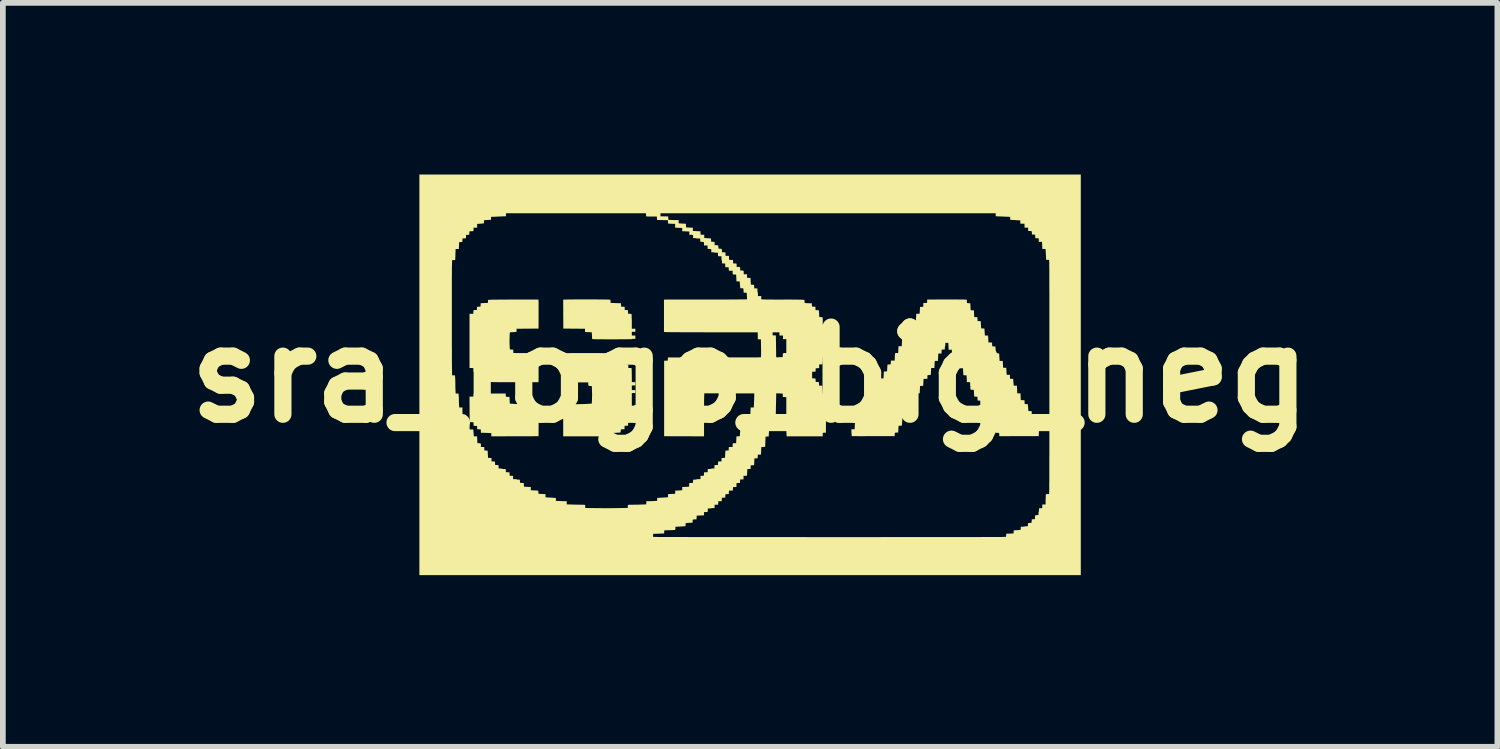
<source format=kicad_pcb>
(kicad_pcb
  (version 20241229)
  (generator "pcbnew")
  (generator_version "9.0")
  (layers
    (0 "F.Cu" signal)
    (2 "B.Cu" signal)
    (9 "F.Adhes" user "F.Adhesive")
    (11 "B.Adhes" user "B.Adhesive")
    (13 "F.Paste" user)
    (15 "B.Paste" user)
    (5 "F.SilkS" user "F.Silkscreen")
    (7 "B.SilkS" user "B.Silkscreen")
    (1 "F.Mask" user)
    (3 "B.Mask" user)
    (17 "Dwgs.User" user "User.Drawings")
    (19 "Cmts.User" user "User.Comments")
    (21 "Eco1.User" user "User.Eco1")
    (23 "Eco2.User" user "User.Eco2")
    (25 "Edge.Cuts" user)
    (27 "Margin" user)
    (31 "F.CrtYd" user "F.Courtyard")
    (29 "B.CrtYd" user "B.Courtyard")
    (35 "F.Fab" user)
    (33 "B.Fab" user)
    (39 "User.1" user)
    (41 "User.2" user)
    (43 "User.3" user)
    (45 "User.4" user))
  (footprint "sra_logo_big_neg"
    (layer "F.Cu")
    (at 10.058 3.5)
    (property "Reference" "sra_logo_big_neg" (at 0 0 0) (layer "F.SilkS") (effects (font (size 1.524 1.524) (thickness 0.3))))
    (attr board_only exclude_from_pos_files exclude_from_bom)
    (fp_poly (pts (xy -4.27 0.354) (xy -4.27 0.368) (xy -4.267 0.378) (xy -4.261 0.383) (xy -4.249 0.385) (xy -4.231 0.385) (xy -4.205 0.385) (xy -4.199 0.503) (xy -4.112 0.509) (xy -4.075 0.511) (xy -4.032 0.512) (xy -3.982 0.513) (xy -3.927 0.513) (xy -3.869 0.513) (xy -3.863 0.513) (xy -3.702 0.511) (xy -3.699 0.542) (xy -3.697 0.573) (xy -3.67 0.574) (xy -3.642 0.576) (xy -3.642 0.628) (xy -3.695 0.628) (xy -3.696 0.851) (xy -3.697 1.073) (xy -4.11 1.074) (xy -4.522 1.075) (xy -4.522 1.019) (xy -4.57 1.016) (xy -4.596 1.015) (xy -4.624 1.014) (xy -4.651 1.013) (xy -4.66 1.013) (xy -4.703 1.013) (xy -4.705 0.983) (xy -4.706 0.954) (xy -4.738 0.952) (xy -4.77 0.951) (xy -4.77 0.894) (xy -4.8 0.893) (xy -4.83 0.892) (xy -4.832 0.861) (xy -4.834 0.83) (xy -4.868 0.827) (xy -4.901 0.825) (xy -4.902 0.603) (xy -4.903 0.381) (xy -4.832 0.381) (xy -4.832 0.327) (xy -4.27 0.327)) (stroke (width 0) (type solid)) (fill yes) (layer "F.SilkS"))
    (fp_poly (pts (xy -2.809 -1.318) (xy -2.758 -1.318) (xy -2.708 -1.318) (xy -2.661 -1.317) (xy -2.618 -1.317) (xy -2.579 -1.317) (xy -2.545 -1.316) (xy -2.517 -1.316) (xy -2.496 -1.315) (xy -2.483 -1.315) (xy -2.482 -1.315) (xy -2.44 -1.312) (xy -2.438 -1.258) (xy -2.391 -1.255) (xy -2.365 -1.254) (xy -2.336 -1.253) (xy -2.309 -1.252) (xy -2.301 -1.252) (xy -2.257 -1.252) (xy -2.256 -1.222) (xy -2.255 -1.193) (xy -2.193 -1.188) (xy -2.191 -1.161) (xy -2.19 -1.133) (xy -2.163 -1.132) (xy -2.135 -1.131) (xy -2.133 -1.1) (xy -2.131 -1.069) (xy -2.102 -1.066) (xy -2.073 -1.064) (xy -2.07 -1.031) (xy -2.07 -1.016) (xy -2.069 -0.995) (xy -2.068 -0.968) (xy -2.067 -0.939) (xy -2.067 -0.908) (xy -2.067 -0.902) (xy -2.067 -0.805) (xy -2.005 -0.805) (xy -2.005 -0.752) (xy -2.067 -0.752) (xy -2.067 -0.686) (xy -2.005 -0.686) (xy -2.005 -0.628) (xy -2.035 -0.628) (xy -2.051 -0.628) (xy -2.063 -0.626) (xy -2.069 -0.624) (xy -2.069 -0.624) (xy -2.073 -0.623) (xy -2.086 -0.623) (xy -2.106 -0.622) (xy -2.132 -0.622) (xy -2.164 -0.621) (xy -2.2 -0.621) (xy -2.24 -0.621) (xy -2.284 -0.621) (xy -2.329 -0.62) (xy -2.376 -0.62) (xy -2.423 -0.62) (xy -2.47 -0.62) (xy -2.516 -0.62) (xy -2.559 -0.621) (xy -2.6 -0.621) (xy -2.637 -0.621) (xy -2.67 -0.621) (xy -2.697 -0.622) (xy -2.718 -0.622) (xy -2.731 -0.623) (xy -2.76 -0.624) (xy -2.763 -0.683) (xy -2.767 -0.743) (xy -2.826 -0.746) (xy -2.885 -0.749) (xy -2.885 -0.805) (xy -3.264 -0.808) (xy -3.265 -1.06) (xy -3.266 -1.313) (xy -3.205 -1.316) (xy -3.188 -1.316) (xy -3.164 -1.317) (xy -3.133 -1.317) (xy -3.096 -1.317) (xy -3.055 -1.318) (xy -3.01 -1.318) (xy -2.962 -1.318) (xy -2.912 -1.318) (xy -2.86 -1.318)) (stroke (width 0) (type solid)) (fill yes) (layer "F.SilkS"))
    (fp_poly (pts (xy -3.862 -1.315) (xy -3.82 -1.315) (xy -3.783 -1.315) (xy -3.751 -1.315) (xy -3.726 -1.315) (xy -3.708 -1.315) (xy -3.698 -1.314) (xy -3.698 -1.31) (xy -3.697 -1.298) (xy -3.697 -1.278) (xy -3.696 -1.252) (xy -3.696 -1.22) (xy -3.696 -1.183) (xy -3.696 -1.142) (xy -3.696 -1.098) (xy -3.696 -1.061) (xy -3.697 -0.808) (xy -4.08 -0.805) (xy -4.081 -0.778) (xy -4.082 -0.75) (xy -4.198 -0.742) (xy -4.201 -0.702) (xy -4.202 -0.674) (xy -4.203 -0.64) (xy -4.204 -0.602) (xy -4.204 -0.563) (xy -4.203 -0.527) (xy -4.201 -0.495) (xy -4.201 -0.486) (xy -4.198 -0.443) (xy -4.169 -0.442) (xy -4.14 -0.44) (xy -4.138 -0.41) (xy -4.137 -0.381) (xy -3.697 -0.378) (xy -3.696 -0.125) (xy -3.696 -0.079) (xy -3.696 -0.035) (xy -3.696 0.005) (xy -3.696 0.041) (xy -3.696 0.072) (xy -3.697 0.097) (xy -3.697 0.115) (xy -3.698 0.126) (xy -3.698 0.128) (xy -3.711 0.129) (xy -3.732 0.129) (xy -3.76 0.129) (xy -3.793 0.129) (xy -3.833 0.129) (xy -3.876 0.129) (xy -3.923 0.13) (xy -3.973 0.13) (xy -4.025 0.13) (xy -4.077 0.13) (xy -4.13 0.129) (xy -4.182 0.129) (xy -4.232 0.129) (xy -4.28 0.129) (xy -4.325 0.129) (xy -4.365 0.129) (xy -4.4 0.129) (xy -4.429 0.128) (xy -4.452 0.128) (xy -4.466 0.128) (xy -4.469 0.128) (xy -4.495 0.127) (xy -4.52 0.126) (xy -4.541 0.125) (xy -4.556 0.125) (xy -4.561 0.125) (xy -4.58 0.124) (xy -4.58 0.072) (xy -4.644 0.069) (xy -4.708 0.065) (xy -4.708 0.009) (xy -4.734 0.009) (xy -4.753 0.009) (xy -4.765 0.007) (xy -4.772 0.002) (xy -4.774 -0.008) (xy -4.775 -0.023) (xy -4.775 -0.025) (xy -4.775 -0.053) (xy -4.832 -0.053) (xy -4.833 -0.085) (xy -4.834 -0.117) (xy -4.869 -0.119) (xy -4.903 -0.12) (xy -4.903 -1.066) (xy -4.837 -1.066) (xy -4.837 -1.094) (xy -4.836 -1.11) (xy -4.834 -1.123) (xy -4.831 -1.128) (xy -4.824 -1.13) (xy -4.811 -1.132) (xy -4.801 -1.133) (xy -4.775 -1.133) (xy -4.774 -1.16) (xy -4.772 -1.188) (xy -4.741 -1.19) (xy -4.711 -1.193) (xy -4.709 -1.222) (xy -4.708 -1.251) (xy -4.644 -1.254) (xy -4.58 -1.258) (xy -4.58 -1.309) (xy -4.528 -1.312) (xy -4.519 -1.313) (xy -4.501 -1.313) (xy -4.477 -1.313) (xy -4.446 -1.313) (xy -4.409 -1.314) (xy -4.368 -1.314) (xy -4.322 -1.314) (xy -4.273 -1.314) (xy -4.222 -1.315) (xy -4.169 -1.315) (xy -4.115 -1.315) (xy -4.062 -1.315) (xy -4.009 -1.315) (xy -3.957 -1.315) (xy -3.908 -1.315)) (stroke (width 0) (type solid)) (fill yes) (layer "F.SilkS"))
    (fp_poly (pts (xy -2.838 -0.38) (xy -2.785 -0.38) (xy -2.733 -0.38) (xy -2.682 -0.38) (xy -2.635 -0.38) (xy -2.591 -0.379) (xy -2.551 -0.379) (xy -2.517 -0.379) (xy -2.489 -0.378) (xy -2.47 -0.378) (xy -2.381 -0.375) (xy -2.381 -0.311) (xy -2.319 -0.308) (xy -2.257 -0.304) (xy -2.257 -0.248) (xy -2.231 -0.248) (xy -2.212 -0.247) (xy -2.2 -0.246) (xy -2.193 -0.241) (xy -2.191 -0.231) (xy -2.19 -0.216) (xy -2.19 -0.214) (xy -2.19 -0.186) (xy -2.162 -0.186) (xy -2.146 -0.185) (xy -2.136 -0.183) (xy -2.131 -0.177) (xy -2.129 -0.166) (xy -2.128 -0.148) (xy -2.128 -0.146) (xy -2.128 -0.119) (xy -2.072 -0.119) (xy -2.069 -0.072) (xy -2.068 -0.051) (xy -2.068 -0.024) (xy -2.067 0.007) (xy -2.067 0.037) (xy -2.067 0.052) (xy -2.067 0.128) (xy -2.005 0.128) (xy -2.005 0.186) (xy -2.067 0.186) (xy -2.067 0.266) (xy -2.005 0.266) (xy -2.005 0.319) (xy -2.067 0.319) (xy -2.067 0.571) (xy -2.005 0.571) (xy -2.005 0.628) (xy -2.067 0.628) (xy -2.067 0.692) (xy -2.067 0.717) (xy -2.068 0.738) (xy -2.069 0.752) (xy -2.071 0.759) (xy -2.071 0.759) (xy -2.073 0.764) (xy -2.075 0.776) (xy -2.075 0.792) (xy -2.075 0.792) (xy -2.075 0.823) (xy -2.103 0.824) (xy -2.131 0.825) (xy -2.133 0.889) (xy -2.163 0.89) (xy -2.193 0.892) (xy -2.194 0.922) (xy -2.195 0.951) (xy -2.221 0.951) (xy -2.24 0.952) (xy -2.252 0.954) (xy -2.258 0.959) (xy -2.261 0.968) (xy -2.261 0.983) (xy -2.261 0.983) (xy -2.262 0.998) (xy -2.263 1.006) (xy -2.267 1.009) (xy -2.269 1.009) (xy -2.276 1.009) (xy -2.29 1.01) (xy -2.309 1.011) (xy -2.333 1.012) (xy -2.36 1.014) (xy -2.443 1.019) (xy -2.443 1.075) (xy -3.266 1.075) (xy -3.266 0.835) (xy -3.266 0.788) (xy -3.266 0.743) (xy -3.265 0.7) (xy -3.265 0.66) (xy -3.265 0.626) (xy -3.264 0.596) (xy -3.264 0.573) (xy -3.263 0.558) (xy -3.263 0.554) (xy -3.26 0.513) (xy -3.091 0.513) (xy -3.05 0.513) (xy -3.007 0.513) (xy -2.965 0.512) (xy -2.926 0.511) (xy -2.891 0.51) (xy -2.863 0.509) (xy -2.845 0.508) (xy -2.767 0.503) (xy -2.764 0.461) (xy -2.763 0.428) (xy -2.762 0.39) (xy -2.761 0.348) (xy -2.762 0.307) (xy -2.763 0.268) (xy -2.764 0.242) (xy -2.767 0.195) (xy -2.79 0.195) (xy -2.808 0.194) (xy -2.82 0.192) (xy -2.825 0.186) (xy -2.827 0.175) (xy -2.828 0.161) (xy -2.828 0.133) (xy -2.86 0.132) (xy -2.873 0.132) (xy -2.893 0.132) (xy -2.919 0.132) (xy -2.949 0.132) (xy -2.983 0.132) (xy -3.017 0.133) (xy -3.018 0.133) (xy -3.054 0.133) (xy -3.091 0.133) (xy -3.127 0.132) (xy -3.16 0.132) (xy -3.187 0.131) (xy -3.205 0.131) (xy -3.266 0.127) (xy -3.266 -0.375) (xy -3.223 -0.378) (xy -3.209 -0.378) (xy -3.188 -0.379) (xy -3.16 -0.379) (xy -3.125 -0.38) (xy -3.085 -0.38) (xy -3.041 -0.38) (xy -2.994 -0.38) (xy -2.943 -0.38) (xy -2.891 -0.38)) (stroke (width 0) (type solid)) (fill yes) (layer "F.SilkS"))
    (fp_poly (pts (xy 3.547 -1.317) (xy 3.588 -1.317) (xy 3.626 -1.317) (xy 3.66 -1.316) (xy 3.688 -1.316) (xy 3.71 -1.316) (xy 3.726 -1.316) (xy 3.731 -1.316) (xy 3.787 -1.313) (xy 3.789 -1.284) (xy 3.79 -1.255) (xy 3.819 -1.252) (xy 3.848 -1.25) (xy 3.855 -1.128) (xy 3.911 -1.128) (xy 3.917 -1.009) (xy 3.972 -1.007) (xy 3.974 -0.974) (xy 3.976 -0.94) (xy 4.003 -0.939) (xy 4.03 -0.938) (xy 4.034 -0.875) (xy 4.038 -0.812) (xy 4.067 -0.81) (xy 4.095 -0.808) (xy 4.099 -0.747) (xy 4.103 -0.686) (xy 4.159 -0.686) (xy 4.162 -0.626) (xy 4.165 -0.567) (xy 4.197 -0.565) (xy 4.228 -0.564) (xy 4.229 -0.54) (xy 4.23 -0.52) (xy 4.232 -0.507) (xy 4.236 -0.5) (xy 4.243 -0.496) (xy 4.254 -0.496) (xy 4.261 -0.496) (xy 4.287 -0.496) (xy 4.291 -0.437) (xy 4.295 -0.378) (xy 4.322 -0.377) (xy 4.339 -0.375) (xy 4.349 -0.373) (xy 4.352 -0.37) (xy 4.353 -0.364) (xy 4.354 -0.351) (xy 4.355 -0.332) (xy 4.356 -0.31) (xy 4.357 -0.304) (xy 4.36 -0.243) (xy 4.415 -0.243) (xy 4.422 -0.124) (xy 4.476 -0.122) (xy 4.48 -0.061) (xy 4.484 0) (xy 4.54 0) (xy 4.541 0.034) (xy 4.542 0.069) (xy 4.597 0.071) (xy 4.6 0.101) (xy 4.601 0.123) (xy 4.604 0.146) (xy 4.605 0.16) (xy 4.607 0.19) (xy 4.663 0.19) (xy 4.666 0.257) (xy 4.669 0.323) (xy 4.725 0.323) (xy 4.728 0.383) (xy 4.731 0.442) (xy 4.763 0.443) (xy 4.795 0.445) (xy 4.797 0.478) (xy 4.799 0.511) (xy 4.826 0.512) (xy 4.854 0.514) (xy 4.856 0.543) (xy 4.858 0.565) (xy 4.86 0.589) (xy 4.861 0.603) (xy 4.864 0.633) (xy 4.92 0.633) (xy 4.923 0.695) (xy 4.926 0.757) (xy 4.983 0.757) (xy 4.983 0.778) (xy 4.983 0.792) (xy 4.984 0.811) (xy 4.985 0.833) (xy 4.986 0.842) (xy 4.988 0.885) (xy 5.042 0.887) (xy 5.046 0.927) (xy 5.047 0.949) (xy 5.047 0.976) (xy 5.047 1.003) (xy 5.046 1.019) (xy 5.044 1.071) (xy 4.73 1.072) (xy 4.677 1.072) (xy 4.626 1.072) (xy 4.578 1.072) (xy 4.534 1.072) (xy 4.493 1.073) (xy 4.458 1.073) (xy 4.429 1.073) (xy 4.407 1.073) (xy 4.392 1.073) (xy 4.386 1.073) (xy 4.356 1.073) (xy 4.352 1.016) (xy 4.323 1.014) (xy 4.293 1.013) (xy 4.29 0.953) (xy 4.287 0.894) (xy 4.261 0.894) (xy 4.247 0.893) (xy 4.237 0.892) (xy 4.233 0.89) (xy 4.232 0.885) (xy 4.231 0.872) (xy 4.23 0.854) (xy 4.228 0.833) (xy 4.228 0.824) (xy 4.225 0.761) (xy 4.16 0.761) (xy 4.159 0.729) (xy 4.157 0.697) (xy 4.129 0.695) (xy 4.1 0.693) (xy 4.092 0.571) (xy 4.037 0.571) (xy 4.03 0.452) (xy 3.976 0.449) (xy 3.974 0.416) (xy 3.972 0.383) (xy 3.944 0.381) (xy 3.917 0.38) (xy 3.913 0.322) (xy 3.91 0.263) (xy 3.882 0.262) (xy 3.865 0.26) (xy 3.855 0.258) (xy 3.852 0.255) (xy 3.851 0.249) (xy 3.85 0.236) (xy 3.849 0.217) (xy 3.848 0.195) (xy 3.847 0.189) (xy 3.844 0.128) (xy 3.789 0.128) (xy 3.783 0.009) (xy 3.728 0.007) (xy 3.72 -0.115) (xy 3.664 -0.115) (xy 3.662 -0.179) (xy 3.598 -0.182) (xy 3.596 -0.214) (xy 3.594 -0.236) (xy 3.592 -0.259) (xy 3.591 -0.275) (xy 3.588 -0.305) (xy 3.532 -0.305) (xy 3.526 -0.438) (xy 3.47 -0.438) (xy 3.467 -0.498) (xy 3.464 -0.558) (xy 3.412 -0.558) (xy 3.412 -0.529) (xy 3.411 -0.514) (xy 3.409 -0.503) (xy 3.407 -0.498) (xy 3.405 -0.492) (xy 3.403 -0.481) (xy 3.403 -0.469) (xy 3.403 -0.443) (xy 3.375 -0.442) (xy 3.348 -0.44) (xy 3.346 -0.406) (xy 3.345 -0.372) (xy 3.289 -0.372) (xy 3.286 -0.308) (xy 3.282 -0.243) (xy 3.227 -0.243) (xy 3.224 -0.181) (xy 3.22 -0.119) (xy 3.165 -0.119) (xy 3.161 -0.059) (xy 3.157 0.002) (xy 3.129 0.004) (xy 3.1 0.007) (xy 3.097 0.071) (xy 3.032 0.071) (xy 3.028 0.132) (xy 3.025 0.192) (xy 2.997 0.194) (xy 2.97 0.195) (xy 2.967 0.259) (xy 2.964 0.323) (xy 2.909 0.323) (xy 2.905 0.384) (xy 2.901 0.445) (xy 2.872 0.447) (xy 2.843 0.449) (xy 2.836 0.566) (xy 2.808 0.567) (xy 2.781 0.569) (xy 2.777 0.635) (xy 2.722 0.638) (xy 2.716 0.757) (xy 2.661 0.757) (xy 2.657 0.822) (xy 2.653 0.887) (xy 2.624 0.889) (xy 2.595 0.892) (xy 2.591 0.95) (xy 2.588 1.009) (xy 2.563 1.009) (xy 2.548 1.01) (xy 2.536 1.012) (xy 2.532 1.014) (xy 2.529 1.021) (xy 2.527 1.034) (xy 2.527 1.045) (xy 2.527 1.071) (xy 2.291 1.071) (xy 2.245 1.071) (xy 2.2 1.071) (xy 2.157 1.071) (xy 2.118 1.071) (xy 2.083 1.072) (xy 2.054 1.072) (xy 2.032 1.072) (xy 2.016 1.072) (xy 2.013 1.072) (xy 1.996 1.073) (xy 1.972 1.073) (xy 1.943 1.073) (xy 1.912 1.073) (xy 1.88 1.072) (xy 1.874 1.072) (xy 1.776 1.071) (xy 1.773 1.03) (xy 1.772 1.01) (xy 1.771 0.99) (xy 1.77 0.974) (xy 1.77 0.971) (xy 1.77 0.951) (xy 1.827 0.951) (xy 1.83 0.889) (xy 1.833 0.827) (xy 1.889 0.827) (xy 1.891 0.793) (xy 1.893 0.771) (xy 1.895 0.748) (xy 1.896 0.729) (xy 1.899 0.7) (xy 1.931 0.698) (xy 1.963 0.697) (xy 1.965 0.664) (xy 1.967 0.631) (xy 1.994 0.629) (xy 2.021 0.628) (xy 2.028 0.509) (xy 2.083 0.509) (xy 2.086 0.447) (xy 2.09 0.385) (xy 2.145 0.385) (xy 2.148 0.353) (xy 2.15 0.331) (xy 2.152 0.307) (xy 2.153 0.291) (xy 2.156 0.261) (xy 2.183 0.26) (xy 2.21 0.259) (xy 2.212 0.222) (xy 2.213 0.186) (xy 2.269 0.186) (xy 2.273 0.125) (xy 2.277 0.064) (xy 2.331 0.062) (xy 2.338 -0.058) (xy 2.393 -0.058) (xy 2.397 -0.118) (xy 2.401 -0.179) (xy 2.429 -0.181) (xy 2.458 -0.184) (xy 2.459 -0.216) (xy 2.461 -0.248) (xy 2.526 -0.248) (xy 2.529 -0.309) (xy 2.53 -0.331) (xy 2.531 -0.351) (xy 2.532 -0.366) (xy 2.533 -0.374) (xy 2.534 -0.375) (xy 2.539 -0.379) (xy 2.553 -0.38) (xy 2.562 -0.381) (xy 2.588 -0.381) (xy 2.591 -0.44) (xy 2.594 -0.5) (xy 2.65 -0.5) (xy 2.653 -0.561) (xy 2.657 -0.622) (xy 2.686 -0.624) (xy 2.715 -0.626) (xy 2.717 -0.69) (xy 2.773 -0.69) (xy 2.777 -0.751) (xy 2.781 -0.812) (xy 2.808 -0.813) (xy 2.835 -0.815) (xy 2.838 -0.858) (xy 2.839 -0.879) (xy 2.84 -0.9) (xy 2.841 -0.917) (xy 2.841 -0.922) (xy 2.841 -0.943) (xy 2.897 -0.943) (xy 2.904 -1.066) (xy 2.933 -1.067) (xy 2.963 -1.069) (xy 2.97 -1.186) (xy 2.997 -1.187) (xy 3.025 -1.188) (xy 3.027 -1.221) (xy 3.029 -1.255) (xy 3.093 -1.257) (xy 3.093 -1.286) (xy 3.094 -1.3) (xy 3.095 -1.311) (xy 3.096 -1.315) (xy 3.103 -1.315) (xy 3.117 -1.315) (xy 3.138 -1.316) (xy 3.165 -1.316) (xy 3.198 -1.316) (xy 3.235 -1.316) (xy 3.276 -1.317) (xy 3.319 -1.317) (xy 3.365 -1.317) (xy 3.411 -1.317) (xy 3.457 -1.317) (xy 3.503 -1.317)) (stroke (width 0) (type solid)) (fill yes) (layer "F.SilkS"))
    (fp_poly (pts (xy 5.779 3.5) (xy -5.779 3.5) (xy -5.779 2.832) (xy -1.695 2.832) (xy -1.663 2.833) (xy -1.655 2.833) (xy -1.64 2.833) (xy -1.615 2.834) (xy -1.583 2.834) (xy -1.543 2.834) (xy -1.496 2.834) (xy -1.442 2.834) (xy -1.38 2.834) (xy -1.312 2.834) (xy -1.238 2.834) (xy -1.158 2.834) (xy -1.072 2.835) (xy -0.98 2.835) (xy -0.883 2.835) (xy -0.781 2.835) (xy -0.675 2.835) (xy -0.564 2.835) (xy -0.45 2.835) (xy -0.331 2.835) (xy -0.209 2.835) (xy -0.084 2.835) (xy 0.045 2.835) (xy 0.176 2.835) (xy 0.309 2.835) (xy 0.445 2.835) (xy 0.582 2.835) (xy 0.721 2.835) (xy 0.861 2.835) (xy 1.002 2.836) (xy 1.144 2.836) (xy 1.286 2.836) (xy 1.428 2.836) (xy 1.571 2.836) (xy 1.712 2.836) (xy 1.854 2.836) (xy 1.994 2.836) (xy 2.133 2.836) (xy 2.27 2.836) (xy 2.406 2.835) (xy 2.539 2.835) (xy 2.67 2.835) (xy 2.799 2.835) (xy 2.924 2.835) (xy 3.046 2.835) (xy 3.165 2.835) (xy 3.28 2.835) (xy 3.391 2.835) (xy 3.498 2.835) (xy 3.6 2.835) (xy 3.697 2.835) (xy 3.789 2.835) (xy 3.875 2.835) (xy 3.956 2.835) (xy 4.03 2.835) (xy 4.099 2.834) (xy 4.16 2.834) (xy 4.215 2.834) (xy 4.263 2.834) (xy 4.303 2.834) (xy 4.336 2.834) (xy 4.36 2.834) (xy 4.377 2.834) (xy 4.384 2.834) (xy 4.473 2.831) (xy 4.475 2.804) (xy 4.476 2.777) (xy 4.54 2.775) (xy 4.604 2.772) (xy 4.606 2.745) (xy 4.607 2.718) (xy 4.661 2.715) (xy 4.687 2.713) (xy 4.706 2.712) (xy 4.718 2.71) (xy 4.725 2.707) (xy 4.729 2.702) (xy 4.73 2.695) (xy 4.73 2.684) (xy 4.73 2.681) (xy 4.73 2.655) (xy 4.761 2.655) (xy 4.777 2.654) (xy 4.789 2.653) (xy 4.795 2.651) (xy 4.795 2.651) (xy 4.8 2.648) (xy 4.812 2.647) (xy 4.826 2.646) (xy 4.854 2.646) (xy 4.855 2.619) (xy 4.857 2.591) (xy 4.888 2.589) (xy 4.918 2.586) (xy 4.921 2.555) (xy 4.923 2.525) (xy 4.951 2.523) (xy 4.978 2.522) (xy 4.978 2.492) (xy 4.979 2.475) (xy 4.981 2.462) (xy 4.984 2.457) (xy 4.991 2.454) (xy 5.003 2.452) (xy 5.015 2.451) (xy 5.04 2.451) (xy 5.04 2.423) (xy 5.041 2.408) (xy 5.042 2.397) (xy 5.045 2.392) (xy 5.047 2.386) (xy 5.048 2.375) (xy 5.049 2.361) (xy 5.049 2.332) (xy 5.077 2.331) (xy 5.104 2.33) (xy 5.106 2.298) (xy 5.107 2.266) (xy 5.164 2.266) (xy 5.164 2.225) (xy 5.164 2.202) (xy 5.165 2.175) (xy 5.166 2.147) (xy 5.167 2.134) (xy 5.17 2.084) (xy 5.225 2.084) (xy 5.228 1.991) (xy 5.228 1.979) (xy 5.228 1.959) (xy 5.228 1.931) (xy 5.228 1.895) (xy 5.229 1.852) (xy 5.229 1.802) (xy 5.229 1.746) (xy 5.229 1.683) (xy 5.229 1.614) (xy 5.229 1.54) (xy 5.229 1.46) (xy 5.23 1.376) (xy 5.23 1.287) (xy 5.23 1.194) (xy 5.23 1.097) (xy 5.23 0.997) (xy 5.23 0.893) (xy 5.23 0.787) (xy 5.23 0.679) (xy 5.23 0.568) (xy 5.23 0.456) (xy 5.23 0.342) (xy 5.23 0.227) (xy 5.23 0.112) (xy 5.23 -0.003) (xy 5.23 -0.119) (xy 5.23 -0.234) (xy 5.23 -0.348) (xy 5.23 -0.461) (xy 5.23 -0.573) (xy 5.23 -0.683) (xy 5.23 -0.791) (xy 5.23 -0.896) (xy 5.23 -0.998) (xy 5.23 -1.097) (xy 5.23 -1.192) (xy 5.23 -1.284) (xy 5.23 -1.371) (xy 5.23 -1.454) (xy 5.229 -1.531) (xy 5.229 -1.604) (xy 5.229 -1.67) (xy 5.229 -1.731) (xy 5.229 -1.785) (xy 5.229 -1.832) (xy 5.228 -1.872) (xy 5.228 -1.905) (xy 5.228 -1.93) (xy 5.228 -1.947) (xy 5.228 -1.955) (xy 5.225 -2.009) (xy 5.174 -2.009) (xy 5.169 -2.104) (xy 5.163 -2.199) (xy 5.108 -2.199) (xy 5.104 -2.261) (xy 5.101 -2.323) (xy 5.045 -2.323) (xy 5.045 -2.385) (xy 5.015 -2.386) (xy 4.985 -2.387) (xy 4.983 -2.418) (xy 4.98 -2.449) (xy 4.953 -2.451) (xy 4.925 -2.452) (xy 4.925 -2.477) (xy 4.924 -2.492) (xy 4.922 -2.504) (xy 4.92 -2.508) (xy 4.913 -2.511) (xy 4.899 -2.513) (xy 4.887 -2.513) (xy 4.859 -2.513) (xy 4.859 -2.571) (xy 4.797 -2.571) (xy 4.796 -2.605) (xy 4.795 -2.64) (xy 4.758 -2.641) (xy 4.722 -2.642) (xy 4.722 -2.698) (xy 4.643 -2.703) (xy 4.617 -2.705) (xy 4.593 -2.706) (xy 4.574 -2.707) (xy 4.56 -2.708) (xy 4.555 -2.708) (xy 4.549 -2.709) (xy 4.546 -2.713) (xy 4.545 -2.721) (xy 4.545 -2.734) (xy 4.545 -2.76) (xy 4.484 -2.763) (xy 4.455 -2.764) (xy 4.421 -2.766) (xy 4.387 -2.767) (xy 4.358 -2.768) (xy 4.292 -2.771) (xy 4.292 -2.823) (xy -1.566 -2.823) (xy -1.566 -2.77) (xy -1.499 -2.769) (xy -1.432 -2.768) (xy -1.43 -2.739) (xy -1.429 -2.709) (xy -1.382 -2.707) (xy -1.356 -2.705) (xy -1.327 -2.704) (xy -1.3 -2.704) (xy -1.291 -2.704) (xy -1.248 -2.704) (xy -1.248 -2.647) (xy -1.185 -2.643) (xy -1.122 -2.64) (xy -1.12 -2.608) (xy -1.119 -2.576) (xy -1.06 -2.573) (xy -1 -2.57) (xy -1 -2.514) (xy -0.934 -2.511) (xy -0.868 -2.508) (xy -0.865 -2.449) (xy -0.833 -2.448) (xy -0.801 -2.447) (xy -0.801 -2.391) (xy -0.742 -2.387) (xy -0.684 -2.383) (xy -0.681 -2.354) (xy -0.679 -2.325) (xy -0.649 -2.324) (xy -0.62 -2.323) (xy -0.62 -2.266) (xy -0.592 -2.266) (xy -0.576 -2.265) (xy -0.563 -2.263) (xy -0.558 -2.26) (xy -0.556 -2.253) (xy -0.554 -2.24) (xy -0.553 -2.229) (xy -0.553 -2.204) (xy -0.527 -2.204) (xy -0.513 -2.203) (xy -0.501 -2.201) (xy -0.496 -2.198) (xy -0.494 -2.191) (xy -0.492 -2.179) (xy -0.491 -2.168) (xy -0.491 -2.142) (xy -0.461 -2.141) (xy -0.431 -2.14) (xy -0.43 -2.11) (xy -0.429 -2.08) (xy -0.399 -2.079) (xy -0.369 -2.078) (xy -0.368 -2.043) (xy -0.367 -2.009) (xy -0.333 -2.008) (xy -0.299 -2.007) (xy -0.296 -1.947) (xy -0.266 -1.946) (xy -0.237 -1.945) (xy -0.235 -1.915) (xy -0.234 -1.885) (xy -0.206 -1.885) (xy -0.19 -1.885) (xy -0.18 -1.882) (xy -0.175 -1.876) (xy -0.173 -1.864) (xy -0.173 -1.847) (xy -0.173 -1.823) (xy -0.147 -1.823) (xy -0.132 -1.822) (xy -0.12 -1.82) (xy -0.116 -1.818) (xy -0.113 -1.811) (xy -0.111 -1.797) (xy -0.111 -1.785) (xy -0.111 -1.757) (xy -0.053 -1.757) (xy -0.053 -1.695) (xy -0.023 -1.694) (xy 0.007 -1.693) (xy 0.014 -1.576) (xy 0.042 -1.574) (xy 0.069 -1.573) (xy 0.071 -1.542) (xy 0.073 -1.511) (xy 0.101 -1.51) (xy 0.128 -1.509) (xy 0.128 -1.476) (xy 0.129 -1.46) (xy 0.13 -1.447) (xy 0.132 -1.441) (xy 0.133 -1.44) (xy 0.135 -1.435) (xy 0.137 -1.423) (xy 0.137 -1.407) (xy 0.137 -1.407) (xy 0.137 -1.376) (xy 0.195 -1.376) (xy 0.195 -1.32) (xy 0.253 -1.317) (xy 0.268 -1.316) (xy 0.291 -1.316) (xy 0.321 -1.315) (xy 0.356 -1.315) (xy 0.397 -1.315) (xy 0.441 -1.314) (xy 0.489 -1.314) (xy 0.538 -1.314) (xy 0.584 -1.315) (xy 0.634 -1.315) (xy 0.682 -1.315) (xy 0.728 -1.315) (xy 0.771 -1.314) (xy 0.81 -1.314) (xy 0.844 -1.314) (xy 0.871 -1.313) (xy 0.892 -1.313) (xy 0.904 -1.312) (xy 0.951 -1.309) (xy 0.951 -1.283) (xy 0.951 -1.272) (xy 0.952 -1.264) (xy 0.956 -1.258) (xy 0.963 -1.255) (xy 0.974 -1.253) (xy 0.991 -1.252) (xy 1.016 -1.251) (xy 1.024 -1.251) (xy 1.078 -1.25) (xy 1.08 -1.221) (xy 1.082 -1.193) (xy 1.112 -1.191) (xy 1.141 -1.19) (xy 1.144 -1.131) (xy 1.173 -1.129) (xy 1.203 -1.128) (xy 1.206 -1.068) (xy 1.209 -1.009) (xy 1.237 -1.009) (xy 1.253 -1.008) (xy 1.263 -1.006) (xy 1.267 -1.002) (xy 1.267 -1.002) (xy 1.268 -0.995) (xy 1.269 -0.981) (xy 1.27 -0.962) (xy 1.27 -0.94) (xy 1.27 -0.936) (xy 1.27 -0.877) (xy 1.298 -0.875) (xy 1.325 -0.874) (xy 1.326 -0.646) (xy 1.326 -0.6) (xy 1.326 -0.555) (xy 1.325 -0.511) (xy 1.325 -0.471) (xy 1.325 -0.436) (xy 1.325 -0.405) (xy 1.324 -0.381) (xy 1.324 -0.365) (xy 1.324 -0.364) (xy 1.322 -0.31) (xy 1.271 -0.31) (xy 1.267 -0.247) (xy 1.263 -0.184) (xy 1.236 -0.182) (xy 1.208 -0.181) (xy 1.208 -0.155) (xy 1.208 -0.136) (xy 1.206 -0.124) (xy 1.201 -0.118) (xy 1.191 -0.116) (xy 1.176 -0.115) (xy 1.147 -0.115) (xy 1.145 -0.085) (xy 1.144 -0.055) (xy 1.114 -0.054) (xy 1.084 -0.053) (xy 1.084 0.062) (xy 1.11 0.062) (xy 1.125 0.063) (xy 1.136 0.065) (xy 1.141 0.067) (xy 1.144 0.074) (xy 1.146 0.087) (xy 1.146 0.098) (xy 1.146 0.123) (xy 1.174 0.125) (xy 1.201 0.126) (xy 1.206 0.188) (xy 1.233 0.189) (xy 1.26 0.191) (xy 1.263 0.225) (xy 1.265 0.248) (xy 1.267 0.274) (xy 1.268 0.293) (xy 1.271 0.327) (xy 1.322 0.327) (xy 1.324 0.382) (xy 1.325 0.396) (xy 1.325 0.418) (xy 1.325 0.447) (xy 1.326 0.482) (xy 1.326 0.522) (xy 1.326 0.566) (xy 1.326 0.614) (xy 1.326 0.663) (xy 1.326 0.715) (xy 1.326 0.724) (xy 1.325 1.011) (xy 1.298 1.012) (xy 1.27 1.014) (xy 1.27 1.075) (xy 0.639 1.075) (xy 0.636 1.028) (xy 0.635 1.016) (xy 0.635 0.995) (xy 0.634 0.967) (xy 0.634 0.933) (xy 0.634 0.894) (xy 0.633 0.851) (xy 0.633 0.804) (xy 0.633 0.754) (xy 0.633 0.702) (xy 0.633 0.685) (xy 0.633 0.39) (xy 0.603 0.389) (xy 0.573 0.387) (xy 0.572 0.357) (xy 0.57 0.327) (xy 0.554 0.327) (xy 0.541 0.327) (xy 0.524 0.326) (xy 0.503 0.325) (xy 0.497 0.325) (xy 0.457 0.322) (xy 0.449 0.693) (xy 0.422 0.694) (xy 0.395 0.695) (xy 0.392 0.742) (xy 0.391 0.767) (xy 0.39 0.794) (xy 0.389 0.819) (xy 0.389 0.828) (xy 0.389 0.851) (xy 0.388 0.878) (xy 0.387 0.904) (xy 0.387 0.906) (xy 0.384 0.947) (xy 0.333 0.947) (xy 0.325 1.078) (xy 0.298 1.079) (xy 0.27 1.08) (xy 0.269 1.103) (xy 0.269 1.116) (xy 0.268 1.135) (xy 0.267 1.159) (xy 0.266 1.184) (xy 0.266 1.193) (xy 0.263 1.259) (xy 0.23 1.261) (xy 0.197 1.263) (xy 0.193 1.328) (xy 0.189 1.394) (xy 0.162 1.395) (xy 0.135 1.396) (xy 0.132 1.46) (xy 0.076 1.46) (xy 0.073 1.52) (xy 0.07 1.579) (xy 0.04 1.581) (xy 0.011 1.582) (xy 0.008 1.646) (xy -0.047 1.646) (xy -0.051 1.705) (xy -0.055 1.763) (xy -0.085 1.765) (xy -0.115 1.766) (xy -0.115 1.827) (xy -0.145 1.828) (xy -0.175 1.83) (xy -0.176 1.859) (xy -0.177 1.889) (xy -0.207 1.89) (xy -0.237 1.892) (xy -0.238 1.926) (xy -0.239 1.96) (xy -0.269 1.961) (xy -0.299 1.963) (xy -0.3 1.992) (xy -0.301 2.022) (xy -0.335 2.023) (xy -0.369 2.024) (xy -0.371 2.054) (xy -0.372 2.084) (xy -0.431 2.086) (xy -0.433 2.116) (xy -0.434 2.146) (xy -0.464 2.147) (xy -0.493 2.148) (xy -0.496 2.208) (xy -0.526 2.209) (xy -0.555 2.21) (xy -0.557 2.24) (xy -0.558 2.27) (xy -0.62 2.27) (xy -0.62 2.328) (xy -0.648 2.328) (xy -0.663 2.328) (xy -0.674 2.33) (xy -0.679 2.332) (xy -0.685 2.334) (xy -0.697 2.336) (xy -0.71 2.336) (xy -0.739 2.336) (xy -0.739 2.365) (xy -0.739 2.381) (xy -0.742 2.391) (xy -0.748 2.396) (xy -0.759 2.398) (xy -0.777 2.398) (xy -0.779 2.398) (xy -0.805 2.398) (xy -0.805 2.455) (xy -0.869 2.458) (xy -0.933 2.461) (xy -0.935 2.493) (xy -0.936 2.525) (xy -0.96 2.526) (xy -0.98 2.527) (xy -0.993 2.529) (xy -1 2.532) (xy -1.004 2.539) (xy -1.004 2.55) (xy -1.004 2.557) (xy -1.004 2.583) (xy -1.059 2.586) (xy -1.085 2.588) (xy -1.104 2.589) (xy -1.116 2.591) (xy -1.123 2.594) (xy -1.127 2.599) (xy -1.128 2.606) (xy -1.128 2.616) (xy -1.128 2.619) (xy -1.128 2.645) (xy -1.203 2.65) (xy -1.228 2.652) (xy -1.252 2.653) (xy -1.272 2.654) (xy -1.286 2.655) (xy -1.291 2.655) (xy -1.305 2.655) (xy -1.305 2.681) (xy -1.306 2.696) (xy -1.308 2.706) (xy -1.309 2.71) (xy -1.315 2.711) (xy -1.328 2.712) (xy -1.347 2.713) (xy -1.371 2.714) (xy -1.398 2.715) (xy -1.407 2.715) (xy -1.5 2.718) (xy -1.501 2.745) (xy -1.502 2.772) (xy -1.573 2.775) (xy -1.6 2.776) (xy -1.625 2.777) (xy -1.647 2.778) (xy -1.664 2.778) (xy -1.669 2.778) (xy -1.695 2.779) (xy -1.695 2.832) (xy -5.779 2.832) (xy -5.779 -1.138) (xy -5.212 -1.138) (xy -5.212 -1.058) (xy -5.212 -0.978) (xy -5.212 -0.897) (xy -5.212 -0.818) (xy -5.212 -0.739) (xy -5.212 -0.663) (xy -5.212 -0.589) (xy -5.212 -0.518) (xy -5.211 -0.45) (xy -5.211 -0.387) (xy -5.211 -0.328) (xy -5.211 -0.275) (xy -5.211 -0.227) (xy -5.21 -0.186) (xy -5.21 -0.151) (xy -5.21 -0.125) (xy -5.209 -0.114) (xy -5.207 0.009) (xy -5.157 0.009) (xy -5.154 0.052) (xy -5.153 0.073) (xy -5.152 0.1) (xy -5.151 0.129) (xy -5.151 0.157) (xy -5.151 0.162) (xy -5.151 0.19) (xy -5.15 0.221) (xy -5.149 0.251) (xy -5.148 0.275) (xy -5.148 0.278) (xy -5.145 0.327) (xy -5.095 0.327) (xy -5.092 0.368) (xy -5.09 0.392) (xy -5.089 0.417) (xy -5.089 0.439) (xy -5.089 0.443) (xy -5.089 0.462) (xy -5.088 0.487) (xy -5.087 0.512) (xy -5.086 0.524) (xy -5.083 0.571) (xy -5.027 0.571) (xy -5.027 0.628) (xy -5.027 0.65) (xy -5.026 0.669) (xy -5.025 0.684) (xy -5.024 0.692) (xy -5.024 0.692) (xy -5.02 0.696) (xy -5.01 0.699) (xy -4.996 0.699) (xy -4.971 0.699) (xy -4.968 0.742) (xy -4.966 0.766) (xy -4.965 0.795) (xy -4.963 0.823) (xy -4.962 0.835) (xy -4.959 0.885) (xy -4.903 0.885) (xy -4.902 0.919) (xy -4.901 0.954) (xy -4.869 0.955) (xy -4.837 0.956) (xy -4.835 0.986) (xy -4.833 1.008) (xy -4.831 1.031) (xy -4.83 1.045) (xy -4.827 1.075) (xy -4.771 1.075) (xy -4.768 1.135) (xy -4.765 1.195) (xy -4.74 1.195) (xy -4.725 1.196) (xy -4.714 1.198) (xy -4.709 1.2) (xy -4.706 1.207) (xy -4.704 1.221) (xy -4.704 1.233) (xy -4.704 1.261) (xy -4.647 1.261) (xy -4.645 1.291) (xy -4.644 1.321) (xy -4.615 1.323) (xy -4.587 1.325) (xy -4.583 1.388) (xy -4.579 1.451) (xy -4.55 1.452) (xy -4.52 1.454) (xy -4.519 1.483) (xy -4.518 1.513) (xy -4.488 1.514) (xy -4.458 1.516) (xy -4.457 1.545) (xy -4.456 1.575) (xy -4.426 1.576) (xy -4.396 1.578) (xy -4.395 1.607) (xy -4.394 1.637) (xy -4.365 1.637) (xy -4.35 1.638) (xy -4.339 1.64) (xy -4.334 1.642) (xy -4.329 1.644) (xy -4.317 1.646) (xy -4.301 1.646) (xy -4.271 1.646) (xy -4.269 1.674) (xy -4.268 1.701) (xy -4.236 1.703) (xy -4.204 1.704) (xy -4.203 1.734) (xy -4.202 1.763) (xy -4.172 1.765) (xy -4.142 1.766) (xy -4.142 1.823) (xy -4.111 1.823) (xy -4.095 1.824) (xy -4.083 1.825) (xy -4.078 1.827) (xy -4.078 1.828) (xy -4.072 1.83) (xy -4.061 1.832) (xy -4.049 1.832) (xy -4.023 1.832) (xy -4.022 1.86) (xy -4.02 1.887) (xy -3.987 1.89) (xy -3.954 1.892) (xy -3.953 1.923) (xy -3.951 1.955) (xy -3.892 1.958) (xy -3.832 1.961) (xy -3.832 2.017) (xy -3.771 2.02) (xy -3.749 2.021) (xy -3.729 2.022) (xy -3.714 2.023) (xy -3.706 2.024) (xy -3.705 2.025) (xy -3.701 2.03) (xy -3.7 2.044) (xy -3.699 2.053) (xy -3.699 2.079) (xy -3.637 2.082) (xy -3.575 2.085) (xy -3.575 2.14) (xy -3.493 2.145) (xy -3.466 2.147) (xy -3.442 2.149) (xy -3.422 2.15) (xy -3.408 2.15) (xy -3.402 2.151) (xy -3.397 2.152) (xy -3.395 2.157) (xy -3.394 2.169) (xy -3.394 2.176) (xy -3.394 2.202) (xy -3.344 2.205) (xy -3.318 2.206) (xy -3.288 2.207) (xy -3.26 2.208) (xy -3.249 2.208) (xy -3.204 2.208) (xy -3.204 2.264) (xy -3.108 2.267) (xy -3.074 2.268) (xy -3.04 2.269) (xy -3.007 2.269) (xy -2.977 2.27) (xy -2.954 2.27) (xy -2.953 2.27) (xy -2.931 2.27) (xy -2.911 2.271) (xy -2.896 2.272) (xy -2.888 2.273) (xy -2.888 2.273) (xy -2.884 2.277) (xy -2.881 2.286) (xy -2.881 2.301) (xy -2.881 2.327) (xy -2.758 2.329) (xy -2.721 2.329) (xy -2.684 2.33) (xy -2.647 2.33) (xy -2.614 2.33) (xy -2.585 2.331) (xy -2.569 2.331) (xy -2.549 2.331) (xy -2.522 2.331) (xy -2.489 2.331) (xy -2.452 2.331) (xy -2.411 2.33) (xy -2.369 2.33) (xy -2.326 2.329) (xy -2.32 2.329) (xy -2.137 2.326) (xy -2.137 2.301) (xy -2.137 2.285) (xy -2.134 2.276) (xy -2.13 2.273) (xy -2.124 2.272) (xy -2.11 2.271) (xy -2.091 2.27) (xy -2.068 2.27) (xy -2.058 2.27) (xy -2.032 2.27) (xy -2 2.269) (xy -1.965 2.269) (xy -1.93 2.268) (xy -1.904 2.267) (xy -1.814 2.264) (xy -1.814 2.208) (xy -1.769 2.208) (xy -1.744 2.208) (xy -1.715 2.207) (xy -1.686 2.206) (xy -1.674 2.205) (xy -1.624 2.202) (xy -1.624 2.152) (xy -1.585 2.149) (xy -1.565 2.148) (xy -1.539 2.146) (xy -1.511 2.145) (xy -1.49 2.143) (xy -1.434 2.14) (xy -1.434 2.085) (xy -1.372 2.082) (xy -1.31 2.079) (xy -1.309 2.052) (xy -1.308 2.024) (xy -1.247 2.021) (xy -1.186 2.017) (xy -1.186 1.961) (xy -1.126 1.958) (xy -1.067 1.955) (xy -1.066 1.923) (xy -1.064 1.892) (xy -1.031 1.89) (xy -0.998 1.887) (xy -0.997 1.86) (xy -0.995 1.832) (xy -0.969 1.832) (xy -0.955 1.831) (xy -0.944 1.829) (xy -0.94 1.828) (xy -0.935 1.825) (xy -0.923 1.824) (xy -0.907 1.823) (xy -0.902 1.823) (xy -0.867 1.823) (xy -0.867 1.766) (xy -0.837 1.765) (xy -0.808 1.763) (xy -0.806 1.734) (xy -0.805 1.704) (xy -0.773 1.703) (xy -0.741 1.701) (xy -0.74 1.674) (xy -0.739 1.646) (xy -0.712 1.646) (xy -0.698 1.645) (xy -0.687 1.644) (xy -0.684 1.642) (xy -0.678 1.639) (xy -0.666 1.638) (xy -0.653 1.637) (xy -0.624 1.637) (xy -0.623 1.607) (xy -0.622 1.578) (xy -0.592 1.576) (xy -0.562 1.575) (xy -0.561 1.545) (xy -0.56 1.516) (xy -0.53 1.514) (xy -0.5 1.513) (xy -0.499 1.483) (xy -0.498 1.454) (xy -0.468 1.452) (xy -0.439 1.451) (xy -0.435 1.388) (xy -0.431 1.325) (xy -0.403 1.323) (xy -0.374 1.321) (xy -0.373 1.291) (xy -0.371 1.261) (xy -0.305 1.261) (xy -0.305 1.235) (xy -0.305 1.216) (xy -0.303 1.204) (xy -0.298 1.198) (xy -0.289 1.195) (xy -0.274 1.195) (xy -0.272 1.195) (xy -0.244 1.195) (xy -0.241 1.135) (xy -0.238 1.076) (xy -0.209 1.074) (xy -0.179 1.073) (xy -0.172 0.956) (xy -0.144 0.955) (xy -0.117 0.954) (xy -0.115 0.92) (xy -0.113 0.887) (xy -0.086 0.886) (xy -0.058 0.885) (xy -0.052 0.752) (xy 0.004 0.752) (xy 0.004 0.711) (xy 0.005 0.688) (xy 0.006 0.661) (xy 0.007 0.634) (xy 0.007 0.621) (xy 0.01 0.571) (xy 0.065 0.571) (xy 0.068 0.501) (xy 0.069 0.471) (xy 0.071 0.44) (xy 0.071 0.409) (xy 0.072 0.383) (xy 0.072 0.378) (xy 0.073 0.325) (xy -0.363 0.324) (xy -0.8 0.323) (xy -0.802 0.379) (xy -0.803 0.394) (xy -0.803 0.416) (xy -0.804 0.446) (xy -0.804 0.481) (xy -0.804 0.521) (xy -0.805 0.566) (xy -0.805 0.614) (xy -0.805 0.664) (xy -0.805 0.715) (xy -0.805 0.724) (xy -0.805 0.774) (xy -0.805 0.823) (xy -0.805 0.869) (xy -0.805 0.912) (xy -0.805 0.95) (xy -0.805 0.983) (xy -0.805 1.01) (xy -0.805 1.029) (xy -0.805 1.042) (xy -0.805 1.043) (xy -0.805 1.075) (xy -1.154 1.074) (xy -1.502 1.073) (xy -1.502 -0.246) (xy -1.47 -0.247) (xy -1.439 -0.248) (xy -1.437 -0.276) (xy -1.436 -0.303) (xy -0.623 -0.304) (xy 0.189 -0.305) (xy 0.191 -0.348) (xy 0.192 -0.365) (xy 0.192 -0.389) (xy 0.192 -0.418) (xy 0.192 -0.45) (xy 0.191 -0.484) (xy 0.191 -0.505) (xy 0.189 -0.619) (xy 0.162 -0.62) (xy 0.135 -0.622) (xy 0.134 -0.69) (xy 0.394 -0.69) (xy 0.421 -0.69) (xy 0.438 -0.689) (xy 0.448 -0.687) (xy 0.449 -0.685) (xy 0.45 -0.679) (xy 0.45 -0.666) (xy 0.451 -0.646) (xy 0.451 -0.619) (xy 0.452 -0.588) (xy 0.453 -0.554) (xy 0.453 -0.516) (xy 0.453 -0.507) (xy 0.454 -0.468) (xy 0.454 -0.431) (xy 0.455 -0.398) (xy 0.455 -0.37) (xy 0.455 -0.346) (xy 0.455 -0.33) (xy 0.456 -0.32) (xy 0.456 -0.32) (xy 0.456 -0.314) (xy 0.457 -0.309) (xy 0.461 -0.307) (xy 0.468 -0.306) (xy 0.48 -0.305) (xy 0.498 -0.306) (xy 0.523 -0.308) (xy 0.528 -0.308) (xy 0.571 -0.311) (xy 0.571 -0.341) (xy 0.572 -0.357) (xy 0.574 -0.37) (xy 0.576 -0.375) (xy 0.583 -0.378) (xy 0.596 -0.38) (xy 0.607 -0.381) (xy 0.633 -0.381) (xy 0.633 -0.624) (xy 0.575 -0.624) (xy 0.575 -0.686) (xy 0.513 -0.686) (xy 0.513 -0.743) (xy 0.394 -0.743) (xy 0.394 -0.69) (xy 0.134 -0.69) (xy 0.133 -0.743) (xy -0.632 -0.743) (xy -0.715 -0.743) (xy -0.795 -0.743) (xy -0.874 -0.744) (xy -0.949 -0.744) (xy -1.021 -0.744) (xy -1.089 -0.744) (xy -1.153 -0.744) (xy -1.212 -0.744) (xy -1.266 -0.745) (xy -1.314 -0.745) (xy -1.356 -0.745) (xy -1.391 -0.745) (xy -1.418 -0.746) (xy -1.438 -0.746) (xy -1.45 -0.746) (xy -1.451 -0.746) (xy -1.505 -0.749) (xy -1.505 -1.314) (xy -1.468 -1.314) (xy -1.459 -1.315) (xy -1.443 -1.315) (xy -1.418 -1.315) (xy -1.386 -1.315) (xy -1.347 -1.315) (xy -1.302 -1.315) (xy -1.251 -1.315) (xy -1.195 -1.315) (xy -1.134 -1.315) (xy -1.069 -1.315) (xy -1 -1.315) (xy -0.927 -1.315) (xy -0.852 -1.315) (xy -0.775 -1.316) (xy -0.745 -1.316) (xy -0.668 -1.316) (xy -0.593 -1.316) (xy -0.521 -1.316) (xy -0.452 -1.316) (xy -0.387 -1.316) (xy -0.327 -1.317) (xy -0.271 -1.317) (xy -0.221 -1.317) (xy -0.176 -1.318) (xy -0.138 -1.318) (xy -0.106 -1.318) (xy -0.082 -1.319) (xy -0.065 -1.319) (xy -0.056 -1.319) (xy -0.055 -1.319) (xy -0.054 -1.325) (xy -0.054 -1.337) (xy -0.054 -1.355) (xy -0.055 -1.376) (xy -0.056 -1.378) (xy -0.059 -1.433) (xy -0.086 -1.435) (xy -0.113 -1.436) (xy -0.114 -1.465) (xy -0.115 -1.486) (xy -0.117 -1.5) (xy -0.12 -1.508) (xy -0.126 -1.512) (xy -0.135 -1.513) (xy -0.146 -1.513) (xy -0.172 -1.513) (xy -0.174 -1.543) (xy -0.176 -1.565) (xy -0.178 -1.589) (xy -0.18 -1.603) (xy -0.182 -1.633) (xy -0.238 -1.633) (xy -0.241 -1.693) (xy -0.244 -1.752) (xy -0.272 -1.752) (xy -0.288 -1.753) (xy -0.298 -1.755) (xy -0.303 -1.761) (xy -0.305 -1.772) (xy -0.305 -1.791) (xy -0.305 -1.793) (xy -0.305 -1.819) (xy -0.371 -1.819) (xy -0.373 -1.849) (xy -0.374 -1.878) (xy -0.404 -1.88) (xy -0.433 -1.881) (xy -0.436 -1.945) (xy -0.464 -1.946) (xy -0.491 -1.947) (xy -0.491 -1.974) (xy -0.492 -1.988) (xy -0.494 -1.999) (xy -0.496 -2.002) (xy -0.498 -2.008) (xy -0.499 -2.02) (xy -0.5 -2.036) (xy -0.5 -2.038) (xy -0.5 -2.071) (xy -0.53 -2.072) (xy -0.56 -2.073) (xy -0.561 -2.103) (xy -0.562 -2.133) (xy -0.591 -2.133) (xy -0.606 -2.134) (xy -0.617 -2.135) (xy -0.622 -2.137) (xy -0.627 -2.14) (xy -0.639 -2.141) (xy -0.651 -2.142) (xy -0.677 -2.142) (xy -0.678 -2.169) (xy -0.679 -2.197) (xy -0.71 -2.199) (xy -0.741 -2.201) (xy -0.743 -2.231) (xy -0.744 -2.261) (xy -0.805 -2.261) (xy -0.806 -2.291) (xy -0.808 -2.321) (xy -0.839 -2.323) (xy -0.87 -2.325) (xy -0.871 -2.353) (xy -0.872 -2.381) (xy -0.905 -2.381) (xy -0.921 -2.381) (xy -0.934 -2.383) (xy -0.94 -2.385) (xy -0.94 -2.385) (xy -0.946 -2.387) (xy -0.958 -2.389) (xy -0.969 -2.39) (xy -0.996 -2.39) (xy -0.996 -2.416) (xy -0.996 -2.43) (xy -0.999 -2.44) (xy -1.005 -2.445) (xy -1.016 -2.447) (xy -1.035 -2.447) (xy -1.062 -2.447) (xy -1.062 -2.504) (xy -1.124 -2.507) (xy -1.186 -2.51) (xy -1.186 -2.566) (xy -1.248 -2.569) (xy -1.31 -2.572) (xy -1.31 -2.637) (xy -1.372 -2.64) (xy -1.433 -2.643) (xy -1.435 -2.672) (xy -1.436 -2.702) (xy -1.531 -2.704) (xy -1.626 -2.706) (xy -1.628 -2.736) (xy -1.629 -2.766) (xy -1.717 -2.766) (xy -1.744 -2.766) (xy -1.769 -2.766) (xy -1.789 -2.767) (xy -1.804 -2.767) (xy -1.811 -2.768) (xy -1.812 -2.768) (xy -1.816 -2.772) (xy -1.818 -2.782) (xy -1.819 -2.797) (xy -1.819 -2.823) (xy -4.266 -2.823) (xy -4.266 -2.771) (xy -4.329 -2.769) (xy -4.358 -2.767) (xy -4.392 -2.766) (xy -4.427 -2.764) (xy -4.458 -2.763) (xy -4.459 -2.763) (xy -4.527 -2.76) (xy -4.527 -2.709) (xy -4.583 -2.706) (xy -4.605 -2.705) (xy -4.624 -2.704) (xy -4.638 -2.702) (xy -4.645 -2.701) (xy -4.645 -2.701) (xy -4.649 -2.696) (xy -4.651 -2.682) (xy -4.651 -2.673) (xy -4.651 -2.647) (xy -4.681 -2.644) (xy -4.702 -2.642) (xy -4.726 -2.64) (xy -4.74 -2.639) (xy -4.77 -2.637) (xy -4.77 -2.571) (xy -4.832 -2.571) (xy -4.833 -2.541) (xy -4.834 -2.511) (xy -4.905 -2.507) (xy -4.907 -2.477) (xy -4.908 -2.447) (xy -4.935 -2.446) (xy -4.963 -2.445) (xy -4.964 -2.415) (xy -4.965 -2.386) (xy -4.995 -2.384) (xy -5.025 -2.383) (xy -5.027 -2.352) (xy -5.029 -2.321) (xy -5.056 -2.32) (xy -5.084 -2.318) (xy -5.087 -2.259) (xy -5.09 -2.199) (xy -5.146 -2.199) (xy -5.147 -2.176) (xy -5.147 -2.164) (xy -5.148 -2.144) (xy -5.149 -2.121) (xy -5.15 -2.094) (xy -5.15 -2.08) (xy -5.153 -2.007) (xy -5.18 -2.005) (xy -5.207 -2.004) (xy -5.21 -1.904) (xy -5.21 -1.888) (xy -5.211 -1.864) (xy -5.211 -1.833) (xy -5.211 -1.794) (xy -5.211 -1.749) (xy -5.212 -1.698) (xy -5.212 -1.641) (xy -5.212 -1.579) (xy -5.212 -1.513) (xy -5.212 -1.444) (xy -5.212 -1.371) (xy -5.212 -1.295) (xy -5.212 -1.217) (xy -5.212 -1.138) (xy -5.779 -1.138) (xy -5.779 -3.5) (xy 5.779 -3.5)) (stroke (width 0) (type solid)) (fill yes) (layer "F.SilkS")))
  (gr_rect
    (start -3 -3)
    (end 23.117 10)
    (stroke (width 0.1) (type default))
    (fill no)
    (layer "Edge.Cuts")))
</source>
